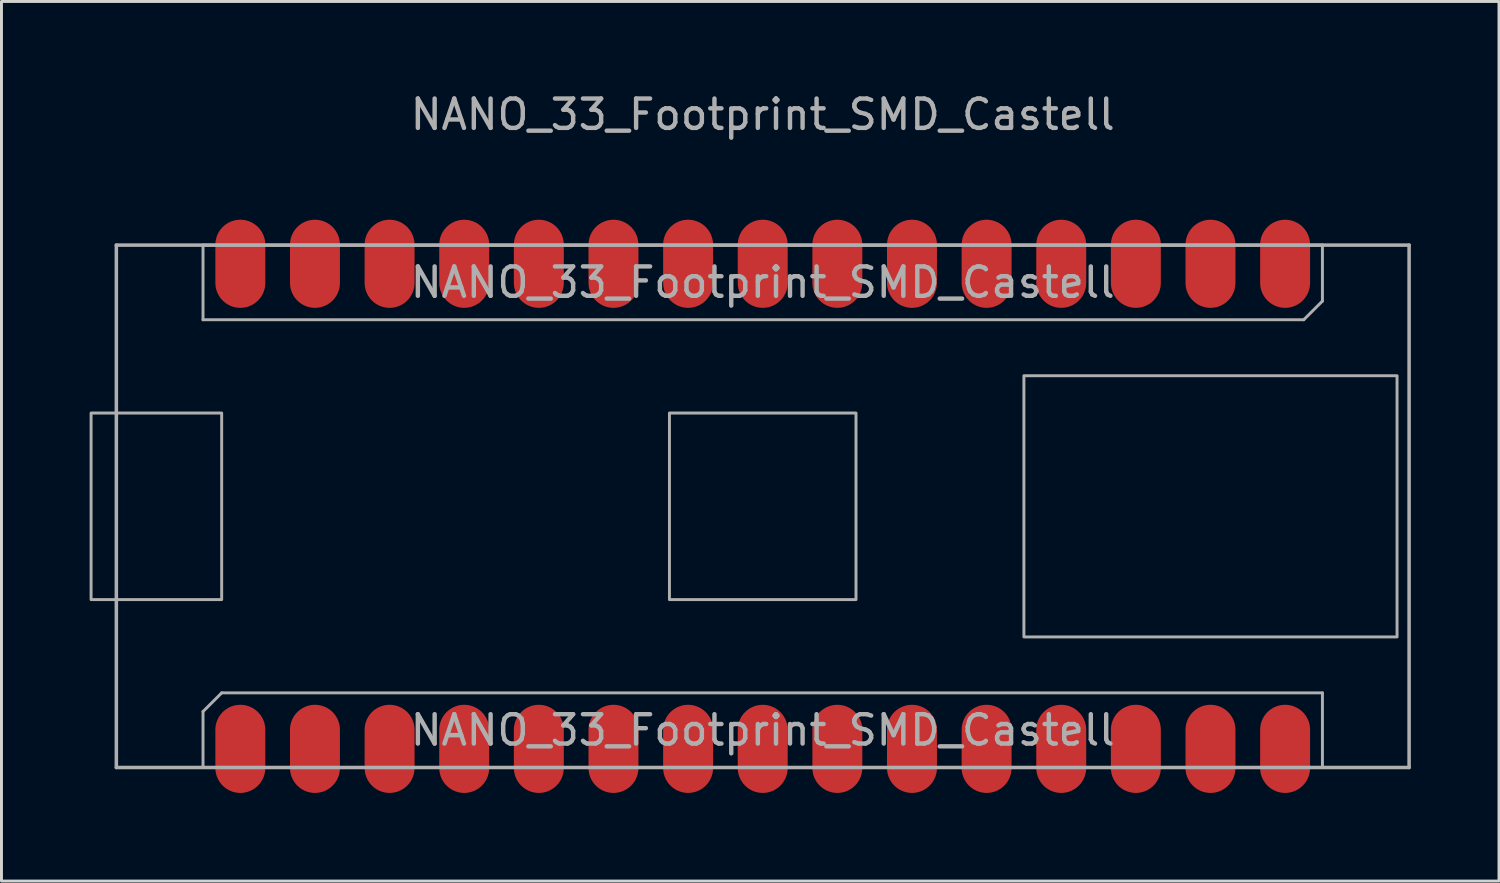
<source format=kicad_pcb>
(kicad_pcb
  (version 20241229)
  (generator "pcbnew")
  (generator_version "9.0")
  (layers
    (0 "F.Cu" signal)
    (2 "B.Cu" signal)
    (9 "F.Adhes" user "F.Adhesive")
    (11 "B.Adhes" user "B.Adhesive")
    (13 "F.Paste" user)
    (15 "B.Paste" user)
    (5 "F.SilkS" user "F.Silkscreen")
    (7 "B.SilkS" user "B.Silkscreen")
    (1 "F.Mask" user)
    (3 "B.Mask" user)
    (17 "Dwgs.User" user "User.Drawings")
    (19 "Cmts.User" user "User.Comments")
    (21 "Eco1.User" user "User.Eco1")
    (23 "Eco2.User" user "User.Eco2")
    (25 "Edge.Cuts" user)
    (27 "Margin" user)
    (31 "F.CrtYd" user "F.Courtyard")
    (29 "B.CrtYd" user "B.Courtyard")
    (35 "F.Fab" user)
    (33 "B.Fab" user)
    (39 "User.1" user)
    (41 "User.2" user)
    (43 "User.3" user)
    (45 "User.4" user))
  (footprint "NANO_33_Footprint_SMD_Castell"
    (layer "F.Cu")
    (at 22.91 14.183)
    (property "Reference" "NANO_33_Footprint_SMD_Castell" (at 0 -13.335 0) (layer "F.Fab") (effects (font (size 1 1) (thickness 0.15))))
    (attr through_hole)
    (fp_line (start -22 -8.89) (end 22 -8.89) (stroke (width 0.12) (type solid)) (layer "F.Fab"))
    (fp_line (start -22 8.89) (end -22 -8.89) (stroke (width 0.12) (type solid)) (layer "F.Fab"))
    (fp_line (start -22 8.89) (end 22 8.89) (stroke (width 0.12) (type solid)) (layer "F.Fab"))
    (fp_line (start -19.05 -8.89) (end 19.05 -8.89) (stroke (width 0.1) (type solid)) (layer "F.Fab"))
    (fp_line (start -19.05 -6.35) (end -19.05 -8.89) (stroke (width 0.1) (type solid)) (layer "F.Fab"))
    (fp_line (start -19.05 6.985) (end -18.415 6.35) (stroke (width 0.1) (type solid)) (layer "F.Fab"))
    (fp_line (start -19.05 8.89) (end -19.05 6.985) (stroke (width 0.1) (type solid)) (layer "F.Fab"))
    (fp_line (start -18.415 6.35) (end 19.05 6.35) (stroke (width 0.1) (type solid)) (layer "F.Fab"))
    (fp_line (start 18.415 -6.35) (end -19.05 -6.35) (stroke (width 0.1) (type solid)) (layer "F.Fab"))
    (fp_line (start 19.05 -8.89) (end 19.05 -6.985) (stroke (width 0.1) (type solid)) (layer "F.Fab"))
    (fp_line (start 19.05 -6.985) (end 18.415 -6.35) (stroke (width 0.1) (type solid)) (layer "F.Fab"))
    (fp_line (start 19.05 6.35) (end 19.05 8.89) (stroke (width 0.1) (type solid)) (layer "F.Fab"))
    (fp_line (start 19.05 8.89) (end -19.05 8.89) (stroke (width 0.1) (type solid)) (layer "F.Fab"))
    (fp_line (start 22 8.89) (end 22 -8.89) (stroke (width 0.12) (type solid)) (layer "F.Fab"))
    (fp_poly (pts (xy -22.86 3.175) (xy -18.415 3.175) (xy -18.415 -3.175) (xy -22.86 -3.175)) (stroke (width 0.1) (type solid)) (fill no) (layer "F.Fab"))
    (fp_poly (pts (xy -3.175 3.175) (xy 3.175 3.175) (xy 3.175 -3.175) (xy -3.175 -3.175)) (stroke (width 0.1) (type solid)) (fill no) (layer "F.Fab"))
    (fp_poly (pts (xy 8.89 4.445) (xy 21.59 4.445) (xy 21.59 -4.445) (xy 8.89 -4.445)) (stroke (width 0.1) (type solid)) (fill no) (layer "F.Fab"))
    (fp_text user "${REFERENCE}" (at 0 -7.62 0) (layer "F.Fab") (effects (font (size 1 1) (thickness 0.15))))
    (fp_text user "${REFERENCE}" (at 0 7.62 180) (layer "F.Fab") (effects (font (size 1 1) (thickness 0.15))))
    (pad "1" smd oval (at -17.78 8.255 90) (size 3 1.7) (layers "F.Cu" "F.Mask"))
    (pad "2" smd oval (at -15.24 8.255 90) (size 3 1.7) (layers "F.Cu" "F.Mask"))
    (pad "3" smd oval (at -12.7 8.255 90) (size 3 1.7) (layers "F.Cu" "F.Mask"))
    (pad "4" smd oval (at -10.16 8.255 90) (size 3 1.7) (layers "F.Cu" "F.Mask"))
    (pad "5" smd oval (at -7.62 8.255 90) (size 3 1.7) (layers "F.Cu" "F.Mask"))
    (pad "6" smd oval (at -5.08 8.255 90) (size 3 1.7) (layers "F.Cu" "F.Mask"))
    (pad "7" smd oval (at -2.54 8.255 90) (size 3 1.7) (layers "F.Cu" "F.Mask"))
    (pad "8" smd oval (at 0 8.255 90) (size 3 1.7) (layers "F.Cu" "F.Mask"))
    (pad "9" smd oval (at 2.54 8.255 90) (size 3 1.7) (layers "F.Cu" "F.Mask"))
    (pad "10" smd oval (at 5.08 8.255 90) (size 3 1.7) (layers "F.Cu" "F.Mask"))
    (pad "11" smd oval (at 7.62 8.255 90) (size 3 1.7) (layers "F.Cu" "F.Mask"))
    (pad "12" smd oval (at 10.16 8.255 90) (size 3 1.7) (layers "F.Cu" "F.Mask"))
    (pad "13" smd oval (at 12.7 8.255 90) (size 3 1.7) (layers "F.Cu" "F.Mask"))
    (pad "14" smd oval (at 15.24 8.255 90) (size 3 1.7) (layers "F.Cu" "F.Mask"))
    (pad "15" smd oval (at 17.78 8.255 90) (size 3 1.7) (layers "F.Cu" "F.Mask"))
    (pad "16" smd oval (at 17.78 -8.255 270) (size 3 1.7) (layers "F.Cu" "F.Mask"))
    (pad "17" smd oval (at 15.24 -8.255 270) (size 3 1.7) (layers "F.Cu" "F.Mask"))
    (pad "18" smd oval (at 12.7 -8.255 270) (size 3 1.7) (layers "F.Cu" "F.Mask"))
    (pad "19" smd oval (at 10.16 -8.255 270) (size 3 1.7) (layers "F.Cu" "F.Mask"))
    (pad "20" smd oval (at 7.62 -8.255 270) (size 3 1.7) (layers "F.Cu" "F.Mask"))
    (pad "21" smd oval (at 5.08 -8.255 270) (size 3 1.7) (layers "F.Cu" "F.Mask"))
    (pad "22" smd oval (at 2.54 -8.255 270) (size 3 1.7) (layers "F.Cu" "F.Mask"))
    (pad "23" smd oval (at 0 -8.255 270) (size 3 1.7) (layers "F.Cu" "F.Mask"))
    (pad "24" smd oval (at -2.54 -8.255 270) (size 3 1.7) (layers "F.Cu" "F.Mask"))
    (pad "25" smd oval (at -5.08 -8.255 270) (size 3 1.7) (layers "F.Cu" "F.Mask"))
    (pad "26" smd oval (at -7.62 -8.255 270) (size 3 1.7) (layers "F.Cu" "F.Mask"))
    (pad "27" smd oval (at -10.16 -8.255 270) (size 3 1.7) (layers "F.Cu" "F.Mask"))
    (pad "28" smd oval (at -12.7 -8.255 270) (size 3 1.7) (layers "F.Cu" "F.Mask"))
    (pad "29" smd oval (at -15.24 -8.255 270) (size 3 1.7) (layers "F.Cu" "F.Mask"))
    (pad "30" smd oval (at -17.78 -8.255 270) (size 3 1.7) (layers "F.Cu" "F.Mask")))
  (gr_rect
    (start -3 -3)
    (end 47.97 26.938)
    (stroke (width 0.1) (type default))
    (fill no)
    (layer "Edge.Cuts")))
</source>
